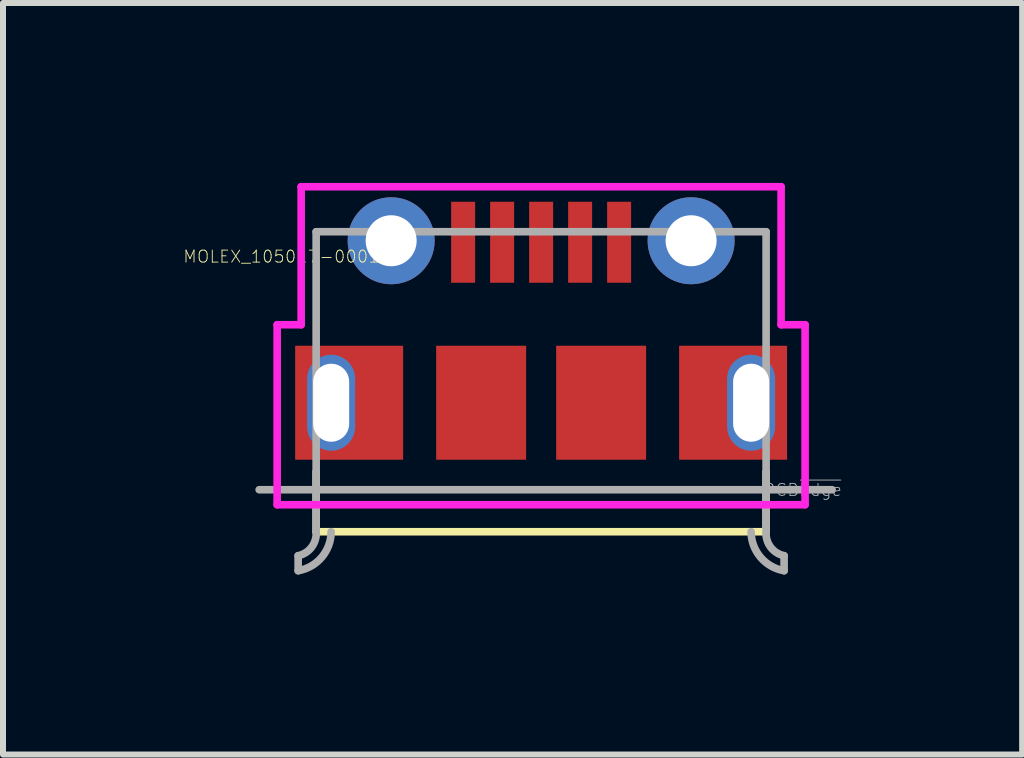
<source format=kicad_pcb>
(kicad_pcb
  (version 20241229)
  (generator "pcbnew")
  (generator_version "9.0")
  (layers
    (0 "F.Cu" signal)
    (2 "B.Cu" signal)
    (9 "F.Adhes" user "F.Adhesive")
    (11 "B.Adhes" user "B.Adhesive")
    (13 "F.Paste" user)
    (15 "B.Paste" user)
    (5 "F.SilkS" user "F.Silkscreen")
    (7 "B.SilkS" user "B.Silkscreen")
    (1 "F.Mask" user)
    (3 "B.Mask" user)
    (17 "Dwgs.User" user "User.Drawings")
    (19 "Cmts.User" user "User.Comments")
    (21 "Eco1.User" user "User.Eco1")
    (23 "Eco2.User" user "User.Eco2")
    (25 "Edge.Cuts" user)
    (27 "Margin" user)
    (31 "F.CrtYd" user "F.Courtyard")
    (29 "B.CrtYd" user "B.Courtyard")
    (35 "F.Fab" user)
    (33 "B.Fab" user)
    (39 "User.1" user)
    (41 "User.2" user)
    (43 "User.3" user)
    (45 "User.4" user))
  (footprint "MOLEX_105017-0001"
    (layer "F.Cu")
    (at 5.97 3.663)
    (property "Reference" "MOLEX_105017-0001" (at -4.329 -2.436 180) (layer "F.SilkS") (effects (font (size 0.2 0.2) (thickness 0.015))))
    (attr through_hole)
    (fp_line (start -3.75 1.15) (end -3.75 2.15) (stroke (width 0.127) (type solid)) (layer "F.SilkS"))
    (fp_line (start -3.75 2.15) (end 3.75 2.15) (stroke (width 0.127) (type solid)) (layer "F.SilkS"))
    (fp_line (start 3.75 1.15) (end 3.75 2.15) (stroke (width 0.127) (type solid)) (layer "F.SilkS"))
    (fp_line (start -4.4 -1.3) (end -4.4 1.7) (stroke (width 0.127) (type solid)) (layer "F.CrtYd"))
    (fp_line (start -4.4 1.7) (end 4.4 1.7) (stroke (width 0.127) (type solid)) (layer "F.CrtYd"))
    (fp_line (start -4 -3.6) (end -4 -1.3) (stroke (width 0.127) (type solid)) (layer "F.CrtYd"))
    (fp_line (start -4 -1.3) (end -4.4 -1.3) (stroke (width 0.127) (type solid)) (layer "F.CrtYd"))
    (fp_line (start 4 -3.6) (end -4 -3.6) (stroke (width 0.127) (type solid)) (layer "F.CrtYd"))
    (fp_line (start 4 -1.3) (end 4 -3.6) (stroke (width 0.127) (type solid)) (layer "F.CrtYd"))
    (fp_line (start 4.4 -1.3) (end 4 -1.3) (stroke (width 0.127) (type solid)) (layer "F.CrtYd"))
    (fp_line (start 4.4 1.7) (end 4.4 -1.3) (stroke (width 0.127) (type solid)) (layer "F.CrtYd"))
    (fp_line (start -4.7 1.45) (end 4.85 1.45) (stroke (width 0.127) (type solid)) (layer "F.Fab"))
    (fp_line (start -4.05 2.55) (end -4.05 2.8) (stroke (width 0.127) (type solid)) (layer "F.Fab"))
    (fp_line (start -3.75 -2.85) (end -3.75 2.15) (stroke (width 0.127) (type solid)) (layer "F.Fab"))
    (fp_line (start 3.75 -2.85) (end -3.75 -2.85) (stroke (width 0.127) (type solid)) (layer "F.Fab"))
    (fp_line (start 3.75 2.15) (end 3.75 -2.85) (stroke (width 0.127) (type solid)) (layer "F.Fab"))
    (fp_line (start 4.05 2.55) (end 4.05 2.8) (stroke (width 0.127) (type solid)) (layer "F.Fab"))
    (fp_arc (start -3.75 2.15) (mid -3.824721 2.406459) (end -4.05 2.55) (stroke (width 0.127) (type solid)) (layer "F.Fab"))
    (fp_arc (start -3.5 2.15) (mid -3.65671 2.575092) (end -4.05 2.8) (stroke (width 0.127) (type solid)) (layer "F.Fab"))
    (fp_arc (start 4.05 2.55) (mid 3.824721 2.406459) (end 3.75 2.15) (stroke (width 0.127) (type solid)) (layer "F.Fab"))
    (fp_arc (start 4.05 2.8) (mid 3.65671 2.575092) (end 3.5 2.15) (stroke (width 0.127) (type solid)) (layer "F.Fab"))
    (fp_text user "PCB~{Edge}" (at 4.358 1.453 0) (layer "F.Fab") (effects (font (size 0.2 0.2) (thickness 0.015))))
    (pad "1" smd rect (at -1.3 -2.675) (size 0.4 1.35) (layers "F.Cu" "F.Mask" "F.Paste"))
    (pad "2" smd rect (at -0.65 -2.675) (size 0.4 1.35) (layers "F.Cu" "F.Mask" "F.Paste"))
    (pad "3" smd rect (at 0 -2.675) (size 0.4 1.35) (layers "F.Cu" "F.Mask" "F.Paste"))
    (pad "4" smd rect (at 0.65 -2.675) (size 0.4 1.35) (layers "F.Cu" "F.Mask" "F.Paste"))
    (pad "5" smd rect (at 1.3 -2.675) (size 0.4 1.35) (layers "F.Cu" "F.Mask" "F.Paste"))
    (pad "6" thru_hole oval (at -3.5 0) (size 0.8 1.6) (drill oval 0.6 1.3) (layers "*.Cu" "*.Mask"))
    (pad "6" smd rect (at -3.2 0) (size 1.8 1.9) (layers "F.Cu" "F.Mask" "F.Paste"))
    (pad "6" thru_hole circle (at -2.5 -2.7) (size 1.45 1.45) (drill 0.85) (layers "*.Cu" "*.Mask"))
    (pad "6" smd rect (at -1 0) (size 1.5 1.9) (layers "F.Cu" "F.Mask" "F.Paste"))
    (pad "6" smd rect (at 1 0) (size 1.5 1.9) (layers "F.Cu" "F.Mask" "F.Paste"))
    (pad "6" thru_hole circle (at 2.5 -2.7) (size 1.45 1.45) (drill 0.85) (layers "*.Cu" "*.Mask"))
    (pad "6" smd rect (at 3.2 0) (size 1.8 1.9) (layers "F.Cu" "F.Mask" "F.Paste"))
    (pad "6" thru_hole oval (at 3.5 0) (size 0.8 1.6) (drill oval 0.6 1.3) (layers "*.Cu" "*.Mask")))
  (gr_rect
    (start -3 -3)
    (end 13.988 9.527)
    (stroke (width 0.1) (type default))
    (fill no)
    (layer "Edge.Cuts")))
</source>
